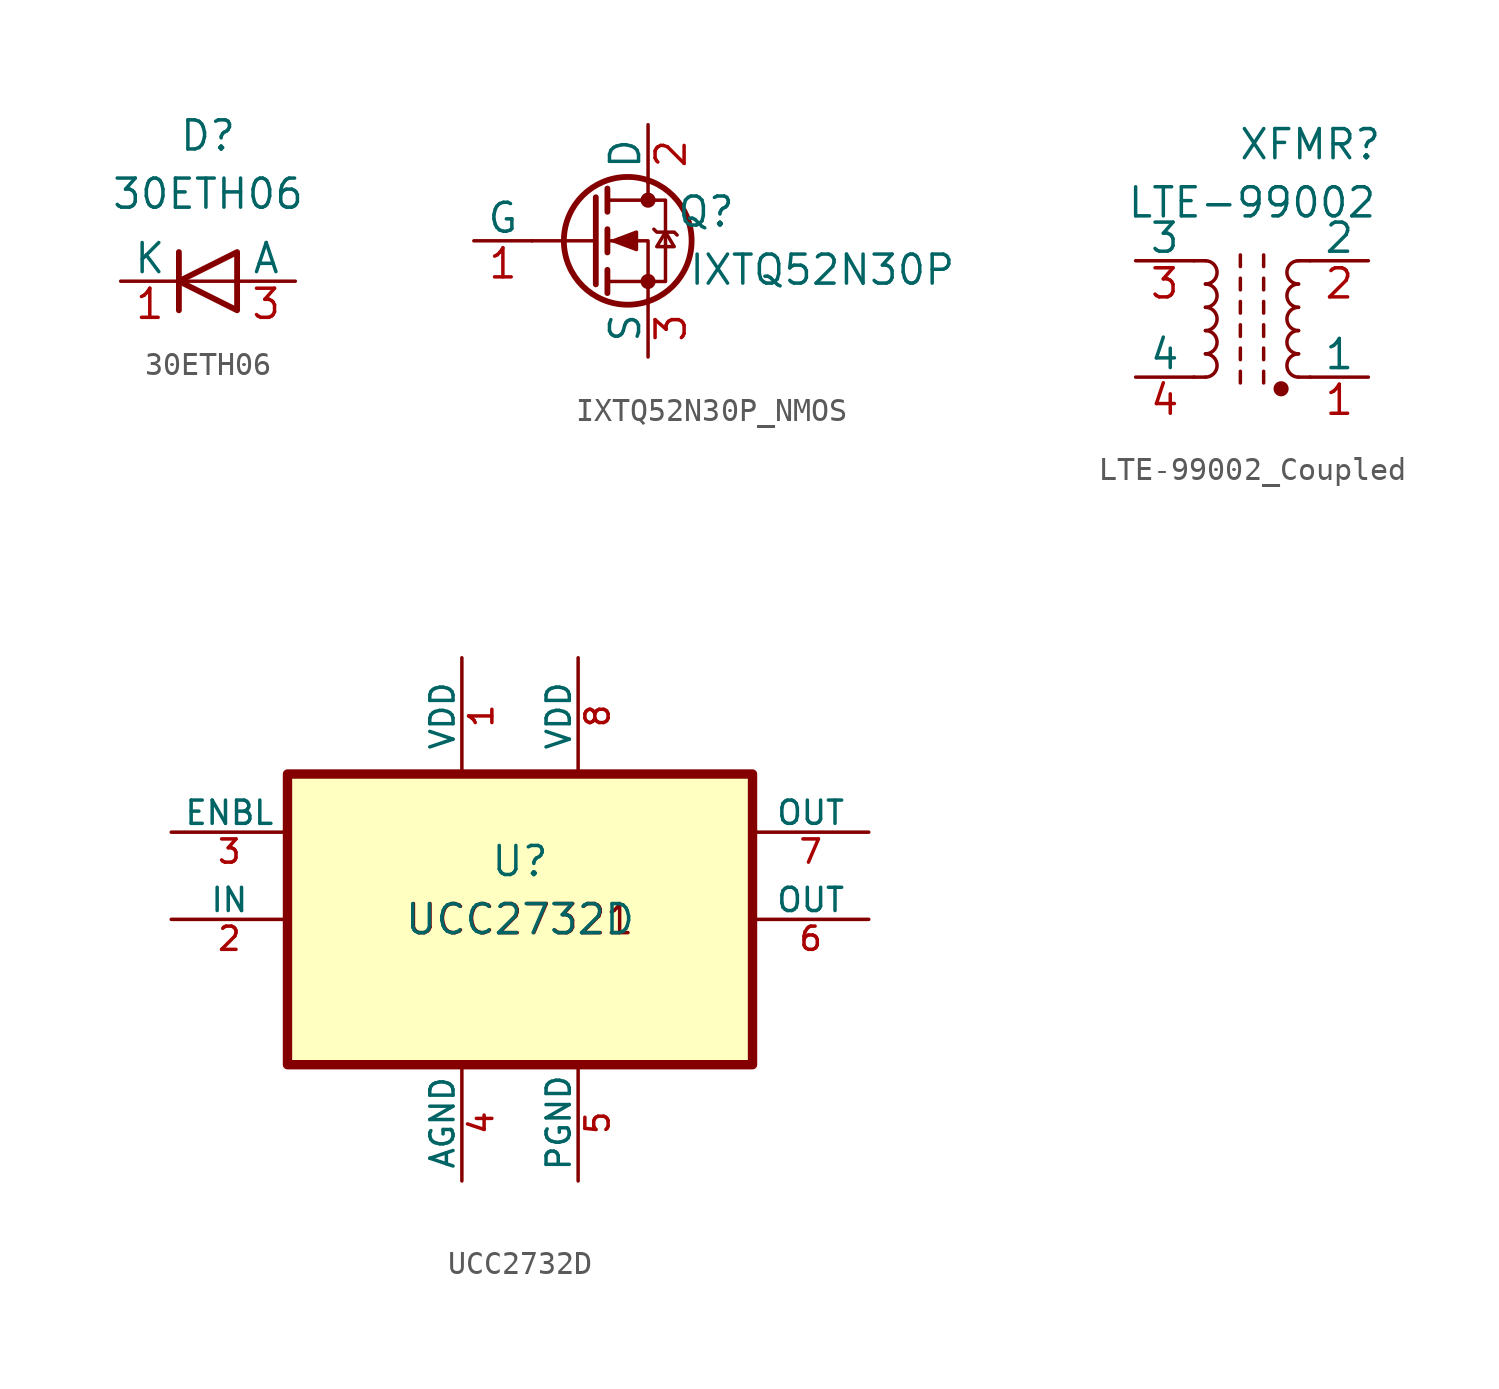
<source format=kicad_sym>
(kicad_symbol_lib
  (version 20220914)
  (generator kicad_symbol_editor)
  (symbol "30ETH06"
    (pin_names
      (offset 0))
    (property "Reference" "D"
      (at 0 6.35 0)
      (effects (font (size 1.27 1.27))))
    (property "Value" "30ETH06"
      (at 0 3.81 0)
      (effects (font (size 1.27 1.27))))
    (symbol "30ETH06_0_1"
      (polyline (pts (xy 1.27 0) (xy -1.27 0)) (stroke (width 0) (type default)) (fill (type none)))
      (polyline (pts (xy 1.27 -1.27) (xy 1.27 1.27) (xy -1.27 0) (xy 1.27 -1.27)) (stroke (width 0.254) (type default)) (fill (type none))))
    (symbol "30ETH06_1_1"
      (polyline (pts (xy -1.27 -1.27) (xy -1.27 1.27)) (stroke (width 0.254) (type default)) (fill (type none)))
      (pin passive line (at -3.81 0 0) (length 2.54) (name "K" (effects (font (size 1.27 1.27)))) (number "1" (effects (font (size 1.27 1.27)))))
      (pin passive line (at 3.81 0 180) (length 2.54) (name "A" (effects (font (size 1.27 1.27)))) (number "3" (effects (font (size 1.27 1.27)))))))
  (symbol "IXTQ52N30P_NMOS"
    (pin_names
      (offset 0))
    (property "Reference" "Q"
      (at 5.08 1.27 0)
      (effects (font (size 1.27 1.27))))
    (property "Value" "IXTQ52N30P"
      (at 10.16 -1.27 0)
      (effects (font (size 1.27 1.27))))
    (symbol "IXTQ52N30P_NMOS_0_1"
      (polyline (pts (xy 0.254 0) (xy -2.54 0)) (stroke (width 0) (type default)) (fill (type none)))
      (polyline (pts (xy 0.254 1.905) (xy 0.254 -1.905)) (stroke (width 0.254) (type default)) (fill (type none)))
      (polyline (pts (xy 0.762 -1.27) (xy 0.762 -2.286)) (stroke (width 0.254) (type default)) (fill (type none)))
      (polyline (pts (xy 0.762 0.508) (xy 0.762 -0.508)) (stroke (width 0.254) (type default)) (fill (type none)))
      (polyline (pts (xy 0.762 2.286) (xy 0.762 1.27)) (stroke (width 0.254) (type default)) (fill (type none)))
      (polyline (pts (xy 2.54 2.54) (xy 2.54 1.778)) (stroke (width 0) (type default)) (fill (type none)))
      (polyline (pts (xy 2.54 -2.54) (xy 2.54 0) (xy 0.762 0)) (stroke (width 0) (type default)) (fill (type none)))
      (polyline (pts (xy 0.762 -1.778) (xy 3.302 -1.778) (xy 3.302 1.778) (xy 0.762 1.778)) (stroke (width 0) (type default)) (fill (type none)))
      (polyline (pts (xy 1.016 0) (xy 2.032 0.381) (xy 2.032 -0.381) (xy 1.016 0)) (stroke (width 0) (type default)) (fill (type outline)))
      (polyline (pts (xy 2.794 0.508) (xy 2.921 0.381) (xy 3.683 0.381) (xy 3.81 0.254)) (stroke (width 0) (type default)) (fill (type none)))
      (polyline (pts (xy 3.302 0.381) (xy 2.921 -0.254) (xy 3.683 -0.254) (xy 3.302 0.381)) (stroke (width 0) (type default)) (fill (type none)))
      (circle (center 1.651 0) (radius 2.794) (stroke (width 0.254) (type default)) (fill (type none)))
      (circle (center 2.54 -1.778) (radius 0.254) (stroke (width 0) (type default)) (fill (type outline)))
      (circle (center 2.54 1.778) (radius 0.254) (stroke (width 0) (type default)) (fill (type outline))))
    (symbol "IXTQ52N30P_NMOS_1_1"
      (pin input line (at -5.08 0 0) (length 2.54) (name "G" (effects (font (size 1.27 1.27)))) (number "1" (effects (font (size 1.27 1.27)))))
      (pin passive line (at 2.54 5.08 270) (length 2.54) (name "D" (effects (font (size 1.27 1.27)))) (number "2" (effects (font (size 1.27 1.27)))))
      (pin passive line (at 2.54 -5.08 90) (length 2.54) (name "S" (effects (font (size 1.27 1.27)))) (number "3" (effects (font (size 1.27 1.27)))))))
  (symbol "LTE-99002_Coupled"
    (pin_names
      (offset 0))
    (property "Reference" "XFMR"
      (at 2.54 7.62 0)
      (effects (font (size 1.27 1.27))))
    (property "Value" "LTE-99002"
      (at 0 5.08 0)
      (effects (font (size 1.27 1.27))))
    (symbol "LTE-99002_Coupled_0_1"
      (arc (start -2.032 -2.54) (mid -1.5262 -2.032) (end -2.032 -1.524) (stroke (width 0) (type default)) (fill (type none)))
      (arc (start -2.032 -1.524) (mid -1.5262 -1.016) (end -2.032 -0.508) (stroke (width 0) (type default)) (fill (type none)))
      (arc (start -2.032 -0.508) (mid -1.5262 0) (end -2.032 0.508) (stroke (width 0) (type default)) (fill (type none)))
      (arc (start -2.032 0.508) (mid -1.5262 1.016) (end -2.032 1.524) (stroke (width 0) (type default)) (fill (type none)))
      (arc (start -2.032 1.524) (mid -1.5262 2.032) (end -2.032 2.54) (stroke (width 0) (type default)) (fill (type none)))
      (polyline (pts (xy -2.54 2.54) (xy -2.032 2.54)) (stroke (width 0) (type default)) (fill (type none)))
      (polyline (pts (xy -2.032 -2.54) (xy -2.54 -2.54)) (stroke (width 0) (type default)) (fill (type none)))
      (polyline (pts (xy -0.508 -2.794) (xy -0.508 -2.286)) (stroke (width 0) (type default)) (fill (type none)))
      (polyline (pts (xy -0.508 -1.778) (xy -0.508 -1.27)) (stroke (width 0) (type default)) (fill (type none)))
      (polyline (pts (xy -0.508 -0.762) (xy -0.508 -0.254)) (stroke (width 0) (type default)) (fill (type none)))
      (polyline (pts (xy -0.508 0.254) (xy -0.508 0.762)) (stroke (width 0) (type default)) (fill (type none)))
      (polyline (pts (xy -0.508 1.27) (xy -0.508 1.778)) (stroke (width 0) (type default)) (fill (type none)))
      (polyline (pts (xy -0.508 2.286) (xy -0.508 2.794)) (stroke (width 0) (type default)) (fill (type none)))
      (polyline (pts (xy 0.508 -2.794) (xy 0.508 -2.286)) (stroke (width 0) (type default)) (fill (type none)))
      (polyline (pts (xy 0.508 -1.778) (xy 0.508 -1.27)) (stroke (width 0) (type default)) (fill (type none)))
      (polyline (pts (xy 0.508 -0.762) (xy 0.508 -0.254)) (stroke (width 0) (type default)) (fill (type none)))
      (polyline (pts (xy 0.508 0.254) (xy 0.508 0.762)) (stroke (width 0) (type default)) (fill (type none)))
      (polyline (pts (xy 0.508 1.27) (xy 0.508 1.778)) (stroke (width 0) (type default)) (fill (type none)))
      (polyline (pts (xy 0.508 2.286) (xy 0.508 2.794)) (stroke (width 0) (type default)) (fill (type none)))
      (polyline (pts (xy 2.032 -2.54) (xy 2.54 -2.54)) (stroke (width 0) (type default)) (fill (type none)))
      (polyline (pts (xy 2.032 2.54) (xy 2.54 2.54)) (stroke (width 0) (type default)) (fill (type none)))
      (circle (center 1.27 -3.048) (radius 0.254) (stroke (width 0) (type default)) (fill (type outline)))
      (arc (start 2.032 -1.524) (mid 1.5262 -2.032) (end 2.032 -2.54) (stroke (width 0) (type default)) (fill (type none)))
      (arc (start 2.032 -0.508) (mid 1.5262 -1.016) (end 2.032 -1.524) (stroke (width 0) (type default)) (fill (type none)))
      (arc (start 2.032 0.508) (mid 1.5262 0) (end 2.032 -0.508) (stroke (width 0) (type default)) (fill (type none)))
      (arc (start 2.032 1.524) (mid 1.5262 1.016) (end 2.032 0.508) (stroke (width 0) (type default)) (fill (type none)))
      (arc (start 2.032 2.54) (mid 1.5262 2.032) (end 2.032 1.524) (stroke (width 0) (type default)) (fill (type none))))
    (symbol "LTE-99002_Coupled_1_1"
      (pin passive line (at 5.08 -2.54 180) (length 2.54) (name "1" (effects (font (size 1.27 1.27)))) (number "1" (effects (font (size 1.27 1.27)))))
      (pin passive line (at 5.08 2.54 180) (length 2.54) (name "2" (effects (font (size 1.27 1.27)))) (number "2" (effects (font (size 1.27 1.27)))))
      (pin passive line (at -5.08 2.54 0) (length 2.54) (name "3" (effects (font (size 1.27 1.27)))) (number "3" (effects (font (size 1.27 1.27)))))
      (pin passive line (at -5.08 -2.54 0) (length 2.54) (name "4" (effects (font (size 1.27 1.27)))) (number "4" (effects (font (size 1.27 1.27)))))))
  (symbol "UCC2732D"
    (pin_names
      (offset 0))
    (property "Reference" "U"
      (at 0 2.54 0)
      (effects (font (size 1.27 1.27))))
    (property "Value" "UCC2732D"
      (at 0 0 0)
      (effects (font (size 1.27 1.27))))
    (symbol "UCC2732D_0_0"
      (rectangle (start -10.16 6.35) (end 10.16 -6.35) (stroke (width 0.41) (type default)) (fill (type background)))
      (pin power_in line (at -2.54 11.43 270) (length 5.08) (name "VDD" (effects (font (size 1.016 1.016)))) (number "1" (effects (font (size 1.016 1.016)))))
      (pin input line (at -15.24 0 0) (length 5.08) (name "IN" (effects (font (size 1.016 1.016)))) (number "2" (effects (font (size 1.016 1.016)))))
      (pin input line (at -15.24 3.81 0) (length 5.08) (name "ENBL" (effects (font (size 1.016 1.016)))) (number "3" (effects (font (size 1.016 1.016)))))
      (pin power_in line (at -2.54 -11.43 90) (length 5.08) (name "AGND" (effects (font (size 1.016 1.016)))) (number "4" (effects (font (size 1.016 1.016)))))
      (pin power_in line (at 2.54 -11.43 90) (length 5.08) (name "PGND" (effects (font (size 1.016 1.016)))) (number "5" (effects (font (size 1.016 1.016)))))
      (pin output line (at 15.24 0 180) (length 5.08) (name "OUT" (effects (font (size 1.016 1.016)))) (number "6" (effects (font (size 1.016 1.016)))))
      (pin output line (at 15.24 3.81 180) (length 5.08) (name "OUT" (effects (font (size 1.016 1.016)))) (number "7" (effects (font (size 1.016 1.016)))))
      (pin power_in line (at 2.54 11.43 270) (length 5.08) (name "VDD" (effects (font (size 1.016 1.016)))) (number "8" (effects (font (size 1.016 1.016))))))
    (symbol "UCC2732D_1_1"
      (text "UCC27321" (at 0 0 0) (effects (font (size 1.27 1.27)))))))
</source>
